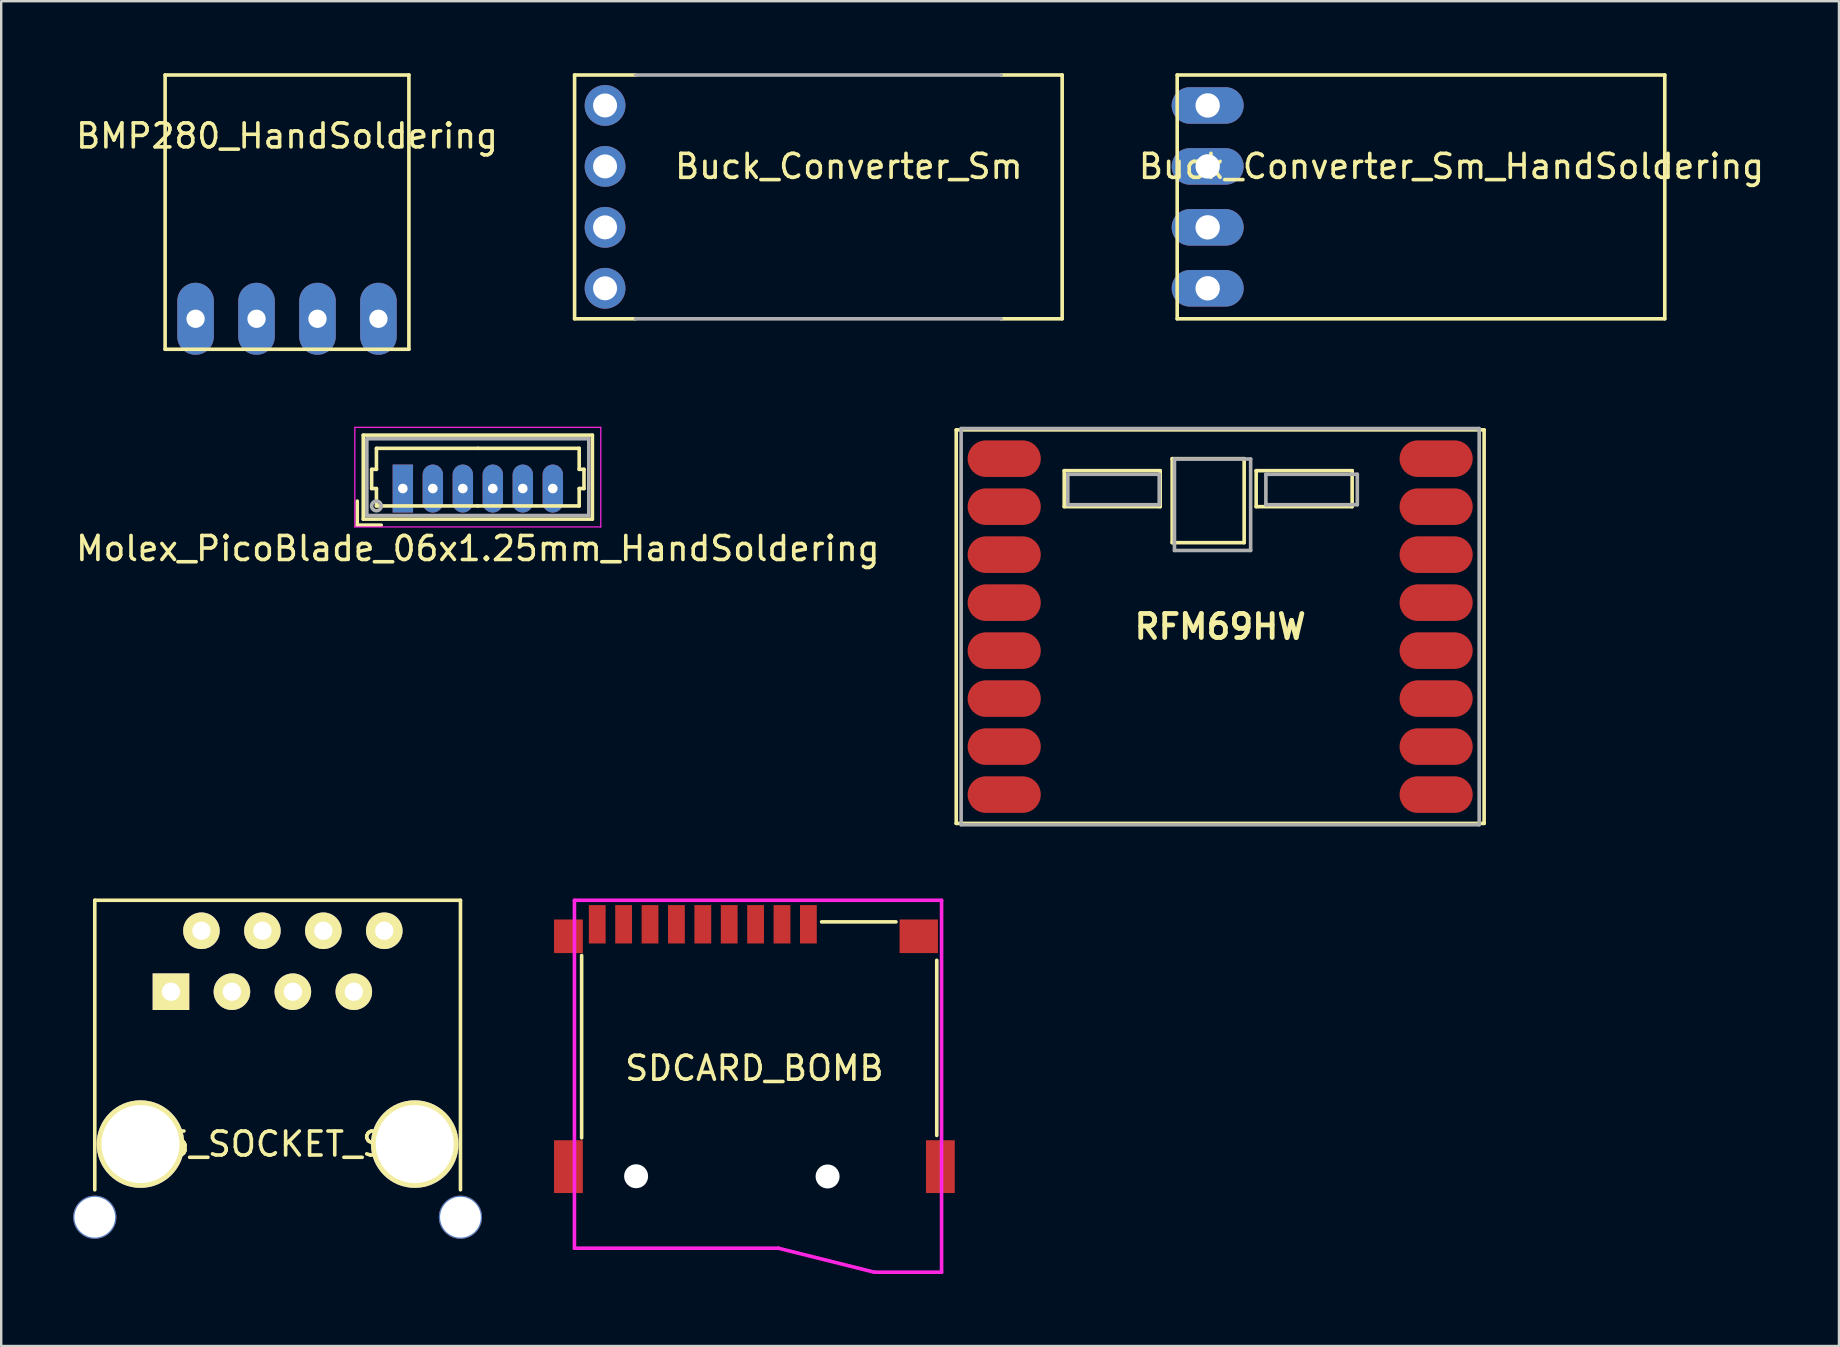
<source format=kicad_pcb>
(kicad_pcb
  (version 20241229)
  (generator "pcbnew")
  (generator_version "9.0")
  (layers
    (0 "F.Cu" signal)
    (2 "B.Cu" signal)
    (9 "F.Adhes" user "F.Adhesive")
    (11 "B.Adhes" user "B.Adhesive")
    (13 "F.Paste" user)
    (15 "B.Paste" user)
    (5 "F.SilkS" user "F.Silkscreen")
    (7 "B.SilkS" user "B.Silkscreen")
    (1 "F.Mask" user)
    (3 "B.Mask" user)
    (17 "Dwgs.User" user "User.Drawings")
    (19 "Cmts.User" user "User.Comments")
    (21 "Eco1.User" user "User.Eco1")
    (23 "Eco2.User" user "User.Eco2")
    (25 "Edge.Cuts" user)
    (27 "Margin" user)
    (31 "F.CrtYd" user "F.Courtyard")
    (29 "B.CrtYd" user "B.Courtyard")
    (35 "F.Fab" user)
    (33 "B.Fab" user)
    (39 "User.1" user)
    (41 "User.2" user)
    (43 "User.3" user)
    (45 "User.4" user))
  (footprint "SDCARD_BOMB"
    (layer "F.Cu")
    (at 28.39 45.97)
    (property "Reference" "SDCARD_BOMB" (at 0 -4.5 0) (layer "F.SilkS") (effects (font (size 1 1) (thickness 0.15))))
    (attr through_hole)
    (fp_line (start -7.2 -9.2) (end -7.2 -1.6) (stroke (width 0.15) (type solid)) (layer "F.SilkS"))
    (fp_line (start 5.9 -10.6) (end 2.8 -10.6) (stroke (width 0.15) (type solid)) (layer "F.SilkS"))
    (fp_line (start 7.6 -9) (end 7.6 -1.7) (stroke (width 0.15) (type solid)) (layer "F.SilkS"))
    (fp_line (start -7.5 -11.5) (end 7.8 -11.5) (stroke (width 0.15) (type solid)) (layer "F.CrtYd"))
    (fp_line (start -7.5 3) (end -7.5 -11.5) (stroke (width 0.15) (type solid)) (layer "F.CrtYd"))
    (fp_line (start 1 3) (end -7.5 3) (stroke (width 0.15) (type solid)) (layer "F.CrtYd"))
    (fp_line (start 5 4) (end 1 3) (stroke (width 0.15) (type solid)) (layer "F.CrtYd"))
    (fp_line (start 7.8 -11.5) (end 7.8 4) (stroke (width 0.15) (type solid)) (layer "F.CrtYd"))
    (fp_line (start 7.8 4) (end 5 4) (stroke (width 0.15) (type solid)) (layer "F.CrtYd"))
    (pad "" np_thru_hole circle (at -4.93 0) (size 1 1) (drill 1) (layers "*.Cu" "*.Mask"))
    (pad "" np_thru_hole circle (at 3.05 0.01) (size 1 1) (drill 1) (layers "*.Cu" "*.Mask"))
    (pad "1" smd rect (at 2.25 -10.5) (size 0.7 1.6) (layers "F.Cu" "F.Mask" "F.Paste"))
    (pad "2" smd rect (at 1.15 -10.5) (size 0.7 1.6) (layers "F.Cu" "F.Mask" "F.Paste"))
    (pad "3" smd rect (at 0.05 -10.5) (size 0.7 1.6) (layers "F.Cu" "F.Mask" "F.Paste"))
    (pad "4" smd rect (at -1.05 -10.5) (size 0.7 1.6) (layers "F.Cu" "F.Mask" "F.Paste"))
    (pad "5" smd rect (at -2.15 -10.5) (size 0.7 1.6) (layers "F.Cu" "F.Mask" "F.Paste"))
    (pad "6" smd rect (at -3.25 -10.5) (size 0.7 1.6) (layers "F.Cu" "F.Mask" "F.Paste"))
    (pad "7" smd rect (at -4.35 -10.5) (size 0.7 1.6) (layers "F.Cu" "F.Mask" "F.Paste"))
    (pad "8" smd rect (at -5.45 -10.5) (size 0.7 1.6) (layers "F.Cu" "F.Mask" "F.Paste"))
    (pad "9" smd rect (at -6.55 -10.5) (size 0.7 1.6) (layers "F.Cu" "F.Mask" "F.Paste"))
    (pad "10" smd rect (at -7.75 -10) (size 1.2 1.4) (layers "F.Cu" "F.Mask" "F.Paste"))
    (pad "10" smd rect (at -7.75 -0.4) (size 1.2 2.2) (layers "F.Cu" "F.Mask" "F.Paste"))
    (pad "10" smd rect (at 6.85 -10) (size 1.6 1.4) (layers "F.Cu" "F.Mask" "F.Paste"))
    (pad "10" smd rect (at 7.75 -0.4) (size 1.2 2.2) (layers "F.Cu" "F.Mask" "F.Paste")))
  (footprint "Buck_Converter_Sm_HandSoldering"
    (layer "F.Cu")
    (at 52.36 5.155)
    (property "Reference" "Buck_Converter_Sm_HandSoldering" (at 5.08 -1.27 0) (layer "F.SilkS") (effects (font (size 1 1) (thickness 0.15))))
    (attr through_hole)
    (fp_line (start -6.35 -5.08) (end -6.35 5.08) (stroke (width 0.15) (type solid)) (layer "F.SilkS"))
    (fp_line (start -6.35 5.08) (end 13.97 5.08) (stroke (width 0.15) (type solid)) (layer "F.SilkS"))
    (fp_line (start 13.97 -5.08) (end -6.35 -5.08) (stroke (width 0.15) (type solid)) (layer "F.SilkS"))
    (fp_line (start 13.97 5.08) (end 13.97 -5.08) (stroke (width 0.15) (type solid)) (layer "F.SilkS"))
    (pad "1" thru_hole oval (at -5.08 -3.81) (size 3 1.524) (drill 1.016) (layers "*.Cu" "*.Mask"))
    (pad "2" thru_hole oval (at -5.08 -1.27) (size 3 1.524) (drill 1.016) (layers "*.Cu" "*.Mask"))
    (pad "3" thru_hole oval (at -5.08 1.27) (size 3 1.524) (drill 1.016) (layers "*.Cu" "*.Mask"))
    (pad "4" thru_hole oval (at -5.08 3.81) (size 3 1.524) (drill 1.016) (layers "*.Cu" "*.Mask")))
  (footprint "Buck_Converter_Sm"
    (layer "F.Cu")
    (at 27.246 5.155)
    (property "Reference" "Buck_Converter_Sm" (at 5.08 -1.27 0) (layer "F.SilkS") (effects (font (size 1 1) (thickness 0.15))))
    (attr through_hole)
    (fp_line (start -6.35 -5.08) (end -6.35 5.08) (stroke (width 0.15) (type solid)) (layer "F.SilkS"))
    (fp_line (start -6.35 -5.08) (end -3.81 -5.08) (stroke (width 0.15) (type solid)) (layer "F.SilkS"))
    (fp_line (start -6.35 5.08) (end -3.81 5.08) (stroke (width 0.15) (type solid)) (layer "F.SilkS"))
    (fp_line (start 13.97 -5.08) (end 11.43 -5.08) (stroke (width 0.15) (type solid)) (layer "F.SilkS"))
    (fp_line (start 13.97 5.08) (end 11.43 5.08) (stroke (width 0.15) (type solid)) (layer "F.SilkS"))
    (fp_line (start 13.97 5.08) (end 13.97 -5.08) (stroke (width 0.15) (type solid)) (layer "F.SilkS"))
    (fp_line (start -3.81 -5.08) (end 11.43 -5.08) (stroke (width 0.15) (type solid)) (layer "F.Fab"))
    (fp_line (start -3.81 5.08) (end 11.43 5.08) (stroke (width 0.15) (type solid)) (layer "F.Fab"))
    (pad "1" thru_hole oval (at -5.08 -3.81) (size 1.7 1.7) (drill 1) (layers "*.Cu" "*.Mask"))
    (pad "2" thru_hole oval (at -5.08 -1.27) (size 1.7 1.7) (drill 1) (layers "*.Cu" "*.Mask"))
    (pad "3" thru_hole oval (at -5.08 1.27) (size 1.7 1.7) (drill 1) (layers "*.Cu" "*.Mask"))
    (pad "4" thru_hole oval (at -5.08 3.81) (size 1.7 1.7) (drill 1) (layers "*.Cu" "*.Mask")))
  (footprint "Molex_PicoBlade_06x1.25mm_HandSoldering"
    (layer "F.Cu")
    (at 13.738 17.31)
    (property "Reference" "Molex_PicoBlade_06x1.25mm_HandSoldering" (at 3.125 2.5 0) (layer "F.SilkS") (effects (font (size 1 1) (thickness 0.15))))
    (attr through_hole)
    (fp_line (start -1.9 1.525) (end -1.9 0.525) (stroke (width 0.15) (type solid)) (layer "F.SilkS"))
    (fp_line (start -1.9 1.525) (end -0.9 1.525) (stroke (width 0.15) (type solid)) (layer "F.SilkS"))
    (fp_line (start -1.65 -2.225) (end -1.65 1.275) (stroke (width 0.15) (type solid)) (layer "F.SilkS"))
    (fp_line (start -1.65 1.275) (end 7.9 1.275) (stroke (width 0.15) (type solid)) (layer "F.SilkS"))
    (fp_line (start -1.3 -0.8) (end -1.1 -0.8) (stroke (width 0.15) (type solid)) (layer "F.SilkS"))
    (fp_line (start -1.3 0) (end -1.3 -0.8) (stroke (width 0.15) (type solid)) (layer "F.SilkS"))
    (fp_line (start -1.1 -1.675) (end 3.125 -1.675) (stroke (width 0.15) (type solid)) (layer "F.SilkS"))
    (fp_line (start -1.1 -0.8) (end -1.1 -1.675) (stroke (width 0.15) (type solid)) (layer "F.SilkS"))
    (fp_line (start -1.1 0) (end -1.3 0) (stroke (width 0.15) (type solid)) (layer "F.SilkS"))
    (fp_line (start -1.1 0.725) (end -1.1 0) (stroke (width 0.15) (type solid)) (layer "F.SilkS"))
    (fp_line (start 3.125 0.725) (end -1.1 0.725) (stroke (width 0.15) (type solid)) (layer "F.SilkS"))
    (fp_line (start 3.125 0.725) (end 7.35 0.725) (stroke (width 0.15) (type solid)) (layer "F.SilkS"))
    (fp_line (start 7.35 -1.675) (end 3.125 -1.675) (stroke (width 0.15) (type solid)) (layer "F.SilkS"))
    (fp_line (start 7.35 -0.8) (end 7.35 -1.675) (stroke (width 0.15) (type solid)) (layer "F.SilkS"))
    (fp_line (start 7.35 0) (end 7.55 0) (stroke (width 0.15) (type solid)) (layer "F.SilkS"))
    (fp_line (start 7.35 0.725) (end 7.35 0) (stroke (width 0.15) (type solid)) (layer "F.SilkS"))
    (fp_line (start 7.55 -0.8) (end 7.35 -0.8) (stroke (width 0.15) (type solid)) (layer "F.SilkS"))
    (fp_line (start 7.55 0) (end 7.55 -0.8) (stroke (width 0.15) (type solid)) (layer "F.SilkS"))
    (fp_line (start 7.9 -2.225) (end -1.65 -2.225) (stroke (width 0.15) (type solid)) (layer "F.SilkS"))
    (fp_line (start 7.9 1.275) (end 7.9 -2.225) (stroke (width 0.15) (type solid)) (layer "F.SilkS"))
    (fp_line (start -2 -2.55) (end -2 1.6) (stroke (width 0.05) (type solid)) (layer "F.CrtYd"))
    (fp_line (start -2 1.6) (end 8.25 1.6) (stroke (width 0.05) (type solid)) (layer "F.CrtYd"))
    (fp_line (start 8.25 -2.55) (end -2 -2.55) (stroke (width 0.05) (type solid)) (layer "F.CrtYd"))
    (fp_line (start 8.25 1.6) (end 8.25 -2.55) (stroke (width 0.05) (type solid)) (layer "F.CrtYd"))
    (fp_line (start -1.5 -2.075) (end -1.5 1.125) (stroke (width 0.15) (type solid)) (layer "F.Fab"))
    (fp_line (start -1.5 1.125) (end 7.75 1.125) (stroke (width 0.15) (type solid)) (layer "F.Fab"))
    (fp_line (start 7.75 -2.075) (end -1.5 -2.075) (stroke (width 0.15) (type solid)) (layer "F.Fab"))
    (fp_line (start 7.75 1.125) (end 7.75 -2.075) (stroke (width 0.15) (type solid)) (layer "F.Fab"))
    (fp_circle (center -1.1 0.725) (end -0.9 0.725) (stroke (width 0.15) (type solid)) (fill no) (layer "F.Fab"))
    (pad "1" thru_hole rect (at 0 0) (size 0.85 2) (drill 0.4) (layers "*.Cu" "*.Mask"))
    (pad "2" thru_hole oval (at 1.25 0) (size 0.85 2) (drill 0.4) (layers "*.Cu" "*.Mask"))
    (pad "3" thru_hole oval (at 2.5 0) (size 0.85 2) (drill 0.4) (layers "*.Cu" "*.Mask"))
    (pad "4" thru_hole oval (at 3.75 0) (size 0.85 2) (drill 0.4) (layers "*.Cu" "*.Mask"))
    (pad "5" thru_hole oval (at 5 0) (size 0.85 2) (drill 0.4) (layers "*.Cu" "*.Mask"))
    (pad "6" thru_hole oval (at 6.25 0) (size 0.85 2) (drill 0.4) (layers "*.Cu" "*.Mask")))
  (footprint "RJ45_SOCKET_SHLD"
    (layer "F.Cu")
    (at 8.52 44.63)
    (property "Reference" "RJ45_SOCKET_SHLD" (at 0 0 0) (layer "F.SilkS") (effects (font (size 1 1) (thickness 0.15))))
    (attr through_hole)
    (fp_line (start -7.62 -10.16) (end -7.62 1.905) (stroke (width 0.15) (type solid)) (layer "F.SilkS"))
    (fp_line (start 7.62 -10.16) (end -7.62 -10.16) (stroke (width 0.15) (type solid)) (layer "F.SilkS"))
    (fp_line (start 7.62 1.905) (end 7.62 -10.16) (stroke (width 0.15) (type solid)) (layer "F.SilkS"))
    (pad "1" thru_hole rect (at -4.445 -6.35) (size 1.524 1.524) (drill 0.762) (layers "*.Cu" "*.Mask" "F.SilkS"))
    (pad "2" thru_hole circle (at -3.175 -8.89) (size 1.524 1.524) (drill 0.762) (layers "*.Cu" "*.Mask" "F.SilkS"))
    (pad "3" thru_hole circle (at -1.905 -6.35) (size 1.524 1.524) (drill 0.762) (layers "*.Cu" "*.Mask" "F.SilkS"))
    (pad "4" thru_hole circle (at -0.635 -8.89) (size 1.524 1.524) (drill 0.762) (layers "*.Cu" "*.Mask" "F.SilkS"))
    (pad "5" thru_hole circle (at 0.635 -6.35) (size 1.524 1.524) (drill 0.762) (layers "*.Cu" "*.Mask" "F.SilkS"))
    (pad "6" thru_hole circle (at 1.905 -8.89) (size 1.524 1.524) (drill 0.762) (layers "*.Cu" "*.Mask" "F.SilkS"))
    (pad "7" thru_hole circle (at 3.175 -6.35) (size 1.524 1.524) (drill 0.762) (layers "*.Cu" "*.Mask" "F.SilkS"))
    (pad "8" thru_hole circle (at 4.445 -8.89) (size 1.524 1.524) (drill 0.762) (layers "*.Cu" "*.Mask" "F.SilkS"))
    (pad "9" thru_hole circle (at -7.62 3.048) (size 1.8 1.8) (drill 1.7) (layers "*.Cu" "*.Mask"))
    (pad "9" thru_hole circle (at 7.62 3.048) (size 1.8 1.8) (drill 1.7) (layers "*.Cu" "*.Mask"))
    (pad "HOLE" thru_hole circle (at -5.715 0) (size 3.65 3.65) (drill 3.251) (layers "*.Cu" "*.Mask" "F.SilkS"))
    (pad "HOLE" thru_hole circle (at 5.715 0) (size 3.65 3.65) (drill 3.251) (layers "*.Cu" "*.Mask" "F.SilkS")))
  (footprint "BMP280_HandSoldering"
    (layer "F.Cu")
    (at 8.911 7.695)
    (property "Reference" "BMP280_HandSoldering" (at 0 -5.08 0) (layer "F.SilkS") (effects (font (size 1 1) (thickness 0.15))))
    (attr through_hole)
    (fp_line (start -5.08 -7.62) (end -5.08 3.81) (stroke (width 0.15) (type solid)) (layer "F.SilkS"))
    (fp_line (start -5.08 3.81) (end 5.08 3.81) (stroke (width 0.15) (type solid)) (layer "F.SilkS"))
    (fp_line (start 5.08 -7.62) (end -5.08 -7.62) (stroke (width 0.15) (type solid)) (layer "F.SilkS"))
    (fp_line (start 5.08 3.81) (end 5.08 -7.62) (stroke (width 0.15) (type solid)) (layer "F.SilkS"))
    (pad "1" thru_hole oval (at -3.81 2.54) (size 1.524 3) (drill 0.762) (layers "*.Cu" "*.Mask"))
    (pad "2" thru_hole oval (at -1.27 2.54) (size 1.524 3) (drill 0.762) (layers "*.Cu" "*.Mask"))
    (pad "3" thru_hole oval (at 1.27 2.54) (size 1.524 3) (drill 0.762) (layers "*.Cu" "*.Mask"))
    (pad "4" thru_hole oval (at 3.81 2.54) (size 1.524 3) (drill 0.762) (layers "*.Cu" "*.Mask")))
  (footprint "RFM69HW"
    (layer "F.Cu")
    (at 47.801 23.065)
    (property "Reference" "RFM69HW" (at 0 0 0) (layer "F.SilkS") (effects (font (size 1 1) (thickness 0.2))))
    (attr through_hole)
    (fp_line (start -11 -8.2) (end 11 -8.2) (stroke (width 0.15) (type solid)) (layer "F.SilkS"))
    (fp_line (start -11 8.2) (end -11 -8.2) (stroke (width 0.15) (type solid)) (layer "F.SilkS"))
    (fp_line (start -6.5 -5) (end -6.5 -6.5) (stroke (width 0.15) (type solid)) (layer "F.SilkS"))
    (fp_line (start -6.5 -5) (end -2.5 -5) (stroke (width 0.15) (type solid)) (layer "F.SilkS"))
    (fp_line (start -2.5 -6.5) (end -6.5 -6.5) (stroke (width 0.15) (type solid)) (layer "F.SilkS"))
    (fp_line (start -2.5 -5) (end -2.5 -6.5) (stroke (width 0.15) (type solid)) (layer "F.SilkS"))
    (fp_line (start -2 -7) (end 1 -7) (stroke (width 0.15) (type solid)) (layer "F.SilkS"))
    (fp_line (start -2 -3.5) (end -2 -7) (stroke (width 0.15) (type solid)) (layer "F.SilkS"))
    (fp_line (start 1 -7) (end 1 -3.5) (stroke (width 0.15) (type solid)) (layer "F.SilkS"))
    (fp_line (start 1 -3.5) (end -2 -3.5) (stroke (width 0.15) (type solid)) (layer "F.SilkS"))
    (fp_line (start 1.5 -6.5) (end 1.5 -5) (stroke (width 0.15) (type solid)) (layer "F.SilkS"))
    (fp_line (start 1.5 -5) (end 5.5 -5) (stroke (width 0.15) (type solid)) (layer "F.SilkS"))
    (fp_line (start 5.5 -6.5) (end 1.5 -6.5) (stroke (width 0.15) (type solid)) (layer "F.SilkS"))
    (fp_line (start 5.5 -5) (end 5.5 -6.5) (stroke (width 0.15) (type solid)) (layer "F.SilkS"))
    (fp_line (start 11 -8.2) (end 11 8.2) (stroke (width 0.15) (type solid)) (layer "F.SilkS"))
    (fp_line (start 11 8.2) (end -11 8.2) (stroke (width 0.15) (type solid)) (layer "F.SilkS"))
    (fp_line (start -10.795 -8.255) (end 10.795 -8.255) (stroke (width 0.15) (type solid)) (layer "F.Fab"))
    (fp_line (start -10.795 8.255) (end -10.795 -8.255) (stroke (width 0.15) (type solid)) (layer "F.Fab"))
    (fp_line (start -6.35 -6.35) (end -2.54 -6.35) (stroke (width 0.15) (type solid)) (layer "F.Fab"))
    (fp_line (start -6.35 -5.08) (end -6.35 -6.35) (stroke (width 0.15) (type solid)) (layer "F.Fab"))
    (fp_line (start -2.54 -6.35) (end -2.54 -5.08) (stroke (width 0.15) (type solid)) (layer "F.Fab"))
    (fp_line (start -2.54 -5.08) (end -6.35 -5.08) (stroke (width 0.15) (type solid)) (layer "F.Fab"))
    (fp_line (start -1.905 -6.985) (end 1.27 -6.985) (stroke (width 0.15) (type solid)) (layer "F.Fab"))
    (fp_line (start -1.905 -3.175) (end -1.905 -6.985) (stroke (width 0.15) (type solid)) (layer "F.Fab"))
    (fp_line (start 1.27 -6.985) (end 1.27 -3.175) (stroke (width 0.15) (type solid)) (layer "F.Fab"))
    (fp_line (start 1.27 -3.175) (end -1.905 -3.175) (stroke (width 0.15) (type solid)) (layer "F.Fab"))
    (fp_line (start 1.905 -6.35) (end 1.905 -5.08) (stroke (width 0.15) (type solid)) (layer "F.Fab"))
    (fp_line (start 1.905 -5.08) (end 5.715 -5.08) (stroke (width 0.15) (type solid)) (layer "F.Fab"))
    (fp_line (start 5.715 -6.35) (end 1.905 -6.35) (stroke (width 0.15) (type solid)) (layer "F.Fab"))
    (fp_line (start 5.715 -5.08) (end 5.715 -6.35) (stroke (width 0.15) (type solid)) (layer "F.Fab"))
    (fp_line (start 10.795 -8.255) (end 10.795 8.255) (stroke (width 0.15) (type solid)) (layer "F.Fab"))
    (fp_line (start 10.795 8.255) (end -10.795 8.255) (stroke (width 0.15) (type solid)) (layer "F.Fab"))
    (pad "1" smd oval (at -9 7 180) (size 3.048 1.524) (layers "F.Cu" "F.Mask" "F.Paste"))
    (pad "2" smd oval (at -9 5 180) (size 3.048 1.524) (layers "F.Cu" "F.Mask" "F.Paste"))
    (pad "3" smd oval (at -9 3 180) (size 3.048 1.524) (layers "F.Cu" "F.Mask" "F.Paste"))
    (pad "4" smd oval (at -9 1 180) (size 3.048 1.524) (layers "F.Cu" "F.Mask" "F.Paste"))
    (pad "5" smd oval (at -9 -1 180) (size 3.048 1.524) (layers "F.Cu" "F.Mask" "F.Paste"))
    (pad "6" smd oval (at -9 -3 180) (size 3.048 1.524) (layers "F.Cu" "F.Mask" "F.Paste"))
    (pad "7" smd oval (at -9 -5 180) (size 3.048 1.524) (layers "F.Cu" "F.Mask" "F.Paste"))
    (pad "8" smd oval (at -9 -7 180) (size 3.048 1.524) (layers "F.Cu" "F.Mask" "F.Paste"))
    (pad "9" smd oval (at 9 7) (size 3.048 1.524) (layers "F.Cu" "F.Mask" "F.Paste"))
    (pad "10" smd oval (at 9 5) (size 3.048 1.524) (layers "F.Cu" "F.Mask" "F.Paste"))
    (pad "11" smd oval (at 9 3) (size 3.048 1.524) (layers "F.Cu" "F.Mask" "F.Paste"))
    (pad "12" smd oval (at 9 1) (size 3.048 1.524) (layers "F.Cu" "F.Mask" "F.Paste"))
    (pad "13" smd oval (at 9 -1) (size 3.048 1.524) (layers "F.Cu" "F.Mask" "F.Paste"))
    (pad "14" smd oval (at 9 -3) (size 3.048 1.524) (layers "F.Cu" "F.Mask" "F.Paste"))
    (pad "15" smd oval (at 9 -5) (size 3.048 1.524) (layers "F.Cu" "F.Mask" "F.Paste"))
    (pad "16" smd oval (at 9 -7) (size 3.048 1.524) (layers "F.Cu" "F.Mask" "F.Paste")))
  (gr_rect
    (start -3 -3)
    (end 73.589 53.045)
    (stroke (width 0.1) (type default))
    (fill no)
    (layer "Edge.Cuts")))
</source>
